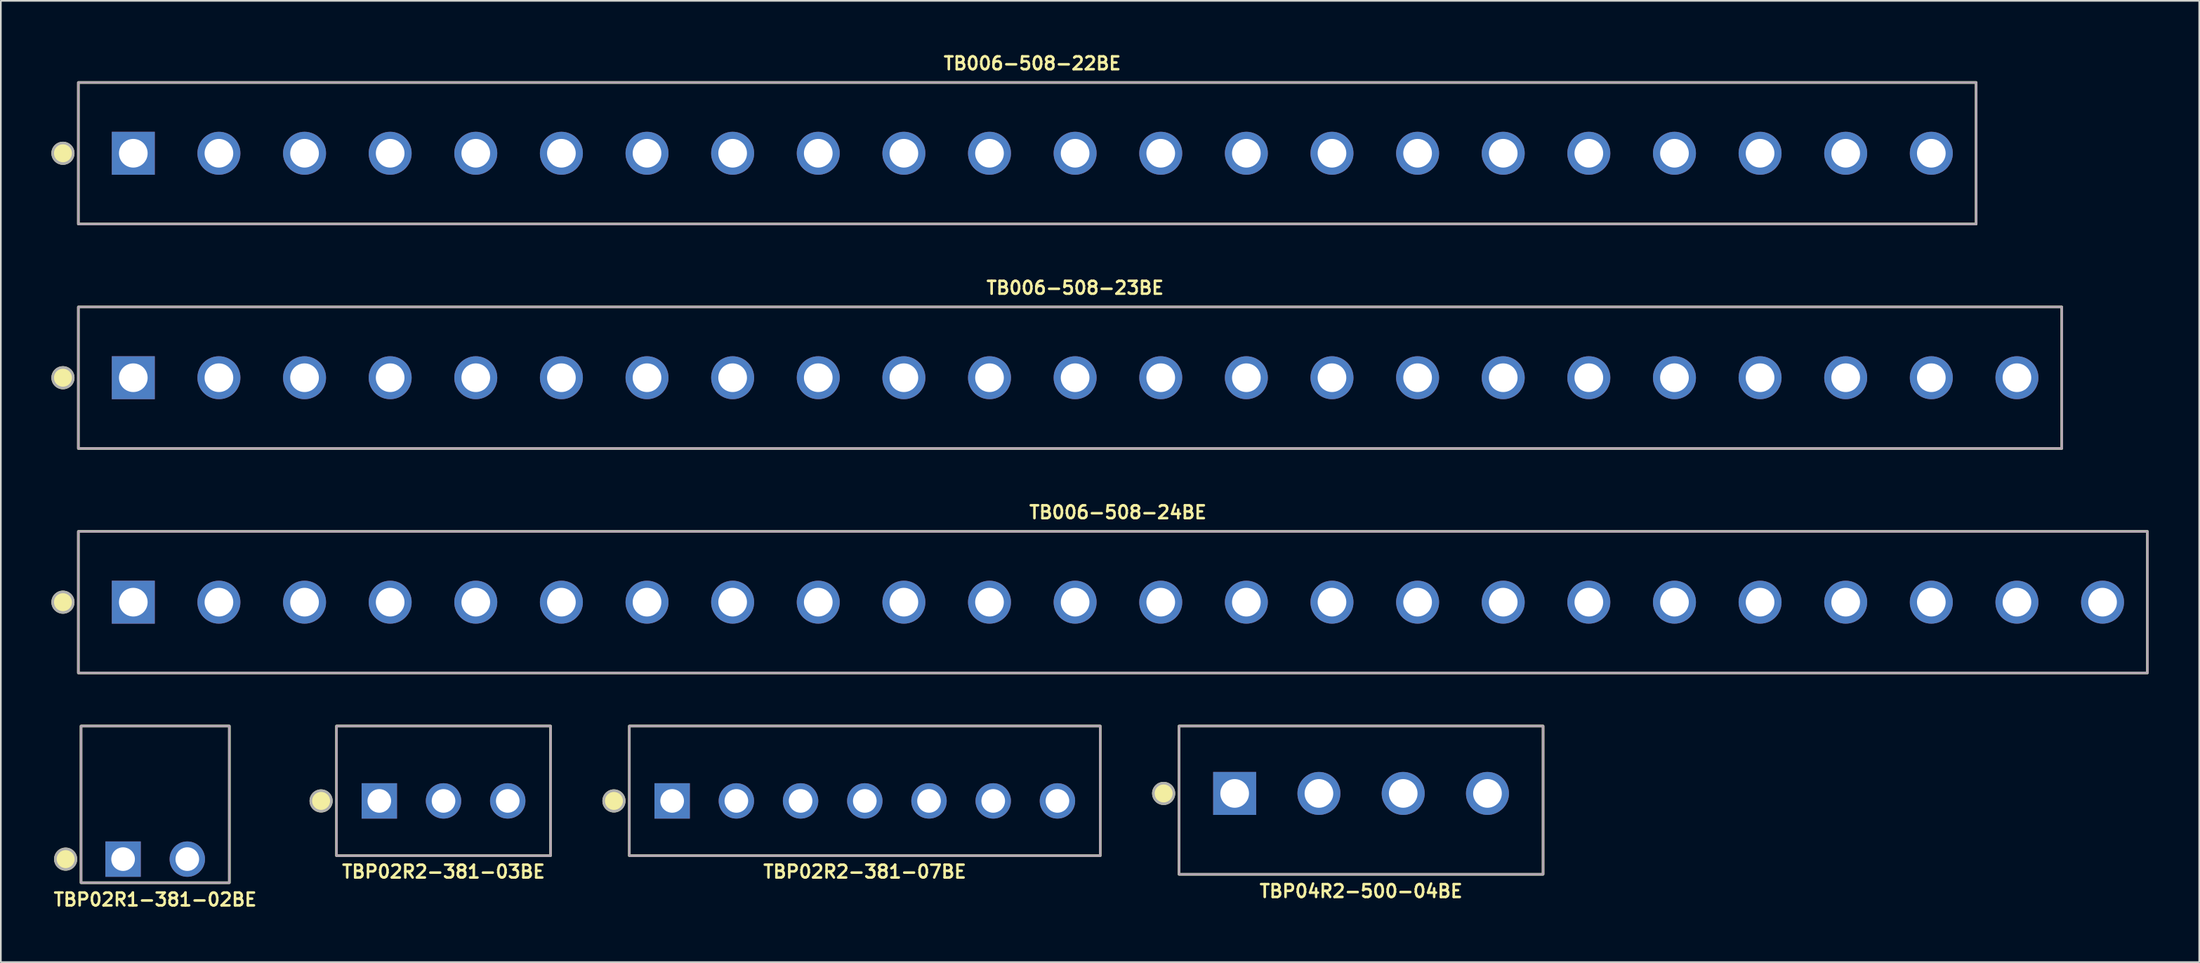
<source format=kicad_pcb>
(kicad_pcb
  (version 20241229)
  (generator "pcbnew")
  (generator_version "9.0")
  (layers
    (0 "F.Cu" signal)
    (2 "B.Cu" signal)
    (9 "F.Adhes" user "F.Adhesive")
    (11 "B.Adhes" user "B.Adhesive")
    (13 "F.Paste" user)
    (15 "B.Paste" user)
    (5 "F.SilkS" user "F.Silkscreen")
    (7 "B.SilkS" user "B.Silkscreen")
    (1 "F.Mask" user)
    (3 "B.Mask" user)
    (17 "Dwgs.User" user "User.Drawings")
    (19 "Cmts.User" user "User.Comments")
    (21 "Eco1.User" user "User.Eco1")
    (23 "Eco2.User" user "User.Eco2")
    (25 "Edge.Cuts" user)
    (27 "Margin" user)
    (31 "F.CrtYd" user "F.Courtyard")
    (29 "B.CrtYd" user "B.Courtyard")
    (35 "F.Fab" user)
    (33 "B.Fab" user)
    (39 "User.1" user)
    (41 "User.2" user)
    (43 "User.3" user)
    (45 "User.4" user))
  (footprint "TB006-508-23BE"
    (layer "F.Cu")
    (at 60.739 19.371)
    (property "Reference" "TB006-508-23BE" (at 0 -5.334 0) (layer "F.SilkS") (effects (font (size 0.762 0.762) (thickness 0.152))))
    (attr through_hole)
    (fp_rect (start -59.14 -4.2) (end 58.54 4.2) (stroke (width 0.152) (type default)) (fill no) (layer "F.SilkS"))
    (fp_circle (center -60.054 0) (end -59.445 0) (stroke (width 0.152) (type solid)) (fill yes) (layer "F.SilkS"))
    (fp_rect (start -59.14 -4.2) (end 58.54 4.2) (stroke (width 0.006) (type default)) (fill no) (layer "F.CrtYd"))
    (fp_rect (start -59.14 -4.2) (end 58.54 4.2) (stroke (width 0.152) (type default)) (fill no) (layer "F.Fab"))
    (fp_circle (center -60.054 0) (end -59.445 0) (stroke (width 0.152) (type solid)) (fill no) (layer "F.Fab"))
    (pad "1" thru_hole rect (at -55.88 0) (size 2.55 2.55) (drill 1.7) (layers "*.Cu" "*.Mask"))
    (pad "2" thru_hole circle (at -50.8 0) (size 2.55 2.55) (drill 1.7) (layers "*.Cu" "*.Mask"))
    (pad "3" thru_hole circle (at -45.72 0) (size 2.55 2.55) (drill 1.7) (layers "*.Cu" "*.Mask"))
    (pad "4" thru_hole circle (at -40.64 0) (size 2.55 2.55) (drill 1.7) (layers "*.Cu" "*.Mask"))
    (pad "5" thru_hole circle (at -35.56 0) (size 2.55 2.55) (drill 1.7) (layers "*.Cu" "*.Mask"))
    (pad "6" thru_hole circle (at -30.48 0) (size 2.55 2.55) (drill 1.7) (layers "*.Cu" "*.Mask"))
    (pad "7" thru_hole circle (at -25.4 0) (size 2.55 2.55) (drill 1.7) (layers "*.Cu" "*.Mask"))
    (pad "8" thru_hole circle (at -20.32 0) (size 2.55 2.55) (drill 1.7) (layers "*.Cu" "*.Mask"))
    (pad "9" thru_hole circle (at -15.24 0) (size 2.55 2.55) (drill 1.7) (layers "*.Cu" "*.Mask"))
    (pad "10" thru_hole circle (at -10.16 0) (size 2.55 2.55) (drill 1.7) (layers "*.Cu" "*.Mask"))
    (pad "11" thru_hole circle (at -5.08 0) (size 2.55 2.55) (drill 1.7) (layers "*.Cu" "*.Mask"))
    (pad "12" thru_hole circle (at 0 0) (size 2.55 2.55) (drill 1.7) (layers "*.Cu" "*.Mask"))
    (pad "13" thru_hole circle (at 5.08 0) (size 2.55 2.55) (drill 1.7) (layers "*.Cu" "*.Mask"))
    (pad "14" thru_hole circle (at 10.16 0) (size 2.55 2.55) (drill 1.7) (layers "*.Cu" "*.Mask"))
    (pad "15" thru_hole circle (at 15.24 0) (size 2.55 2.55) (drill 1.7) (layers "*.Cu" "*.Mask"))
    (pad "16" thru_hole circle (at 20.32 0) (size 2.55 2.55) (drill 1.7) (layers "*.Cu" "*.Mask"))
    (pad "17" thru_hole circle (at 25.4 0) (size 2.55 2.55) (drill 1.7) (layers "*.Cu" "*.Mask"))
    (pad "18" thru_hole circle (at 30.48 0) (size 2.55 2.55) (drill 1.7) (layers "*.Cu" "*.Mask"))
    (pad "19" thru_hole circle (at 35.56 0) (size 2.55 2.55) (drill 1.7) (layers "*.Cu" "*.Mask"))
    (pad "20" thru_hole circle (at 40.64 0) (size 2.55 2.55) (drill 1.7) (layers "*.Cu" "*.Mask"))
    (pad "21" thru_hole circle (at 45.72 0) (size 2.55 2.55) (drill 1.7) (layers "*.Cu" "*.Mask"))
    (pad "22" thru_hole circle (at 50.8 0) (size 2.55 2.55) (drill 1.7) (layers "*.Cu" "*.Mask"))
    (pad "23" thru_hole circle (at 55.88 0) (size 2.55 2.55) (drill 1.7) (layers "*.Cu" "*.Mask")))
  (footprint "TB006-508-22BE"
    (layer "F.Cu")
    (at 58.199 6.047)
    (property "Reference" "TB006-508-22BE" (at 0 -5.334 0) (layer "F.SilkS") (effects (font (size 0.762 0.762) (thickness 0.152))))
    (attr through_hole)
    (fp_rect (start -56.6 -4.2) (end 56 4.2) (stroke (width 0.152) (type default)) (fill no) (layer "F.SilkS"))
    (fp_circle (center -57.514 0) (end -56.905 0) (stroke (width 0.152) (type solid)) (fill yes) (layer "F.SilkS"))
    (fp_rect (start -56.6 -4.2) (end 56 4.2) (stroke (width 0.006) (type default)) (fill no) (layer "F.CrtYd"))
    (fp_rect (start -56.6 -4.2) (end 56 4.2) (stroke (width 0.152) (type default)) (fill no) (layer "F.Fab"))
    (fp_circle (center -57.514 0) (end -56.905 0) (stroke (width 0.152) (type solid)) (fill no) (layer "F.Fab"))
    (pad "1" thru_hole rect (at -53.34 0) (size 2.55 2.55) (drill 1.7) (layers "*.Cu" "*.Mask"))
    (pad "2" thru_hole circle (at -48.26 0) (size 2.55 2.55) (drill 1.7) (layers "*.Cu" "*.Mask"))
    (pad "3" thru_hole circle (at -43.18 0) (size 2.55 2.55) (drill 1.7) (layers "*.Cu" "*.Mask"))
    (pad "4" thru_hole circle (at -38.1 0) (size 2.55 2.55) (drill 1.7) (layers "*.Cu" "*.Mask"))
    (pad "5" thru_hole circle (at -33.02 0) (size 2.55 2.55) (drill 1.7) (layers "*.Cu" "*.Mask"))
    (pad "6" thru_hole circle (at -27.94 0) (size 2.55 2.55) (drill 1.7) (layers "*.Cu" "*.Mask"))
    (pad "7" thru_hole circle (at -22.86 0) (size 2.55 2.55) (drill 1.7) (layers "*.Cu" "*.Mask"))
    (pad "8" thru_hole circle (at -17.78 0) (size 2.55 2.55) (drill 1.7) (layers "*.Cu" "*.Mask"))
    (pad "9" thru_hole circle (at -12.7 0) (size 2.55 2.55) (drill 1.7) (layers "*.Cu" "*.Mask"))
    (pad "10" thru_hole circle (at -7.62 0) (size 2.55 2.55) (drill 1.7) (layers "*.Cu" "*.Mask"))
    (pad "11" thru_hole circle (at -2.54 0) (size 2.55 2.55) (drill 1.7) (layers "*.Cu" "*.Mask"))
    (pad "12" thru_hole circle (at 2.54 0) (size 2.55 2.55) (drill 1.7) (layers "*.Cu" "*.Mask"))
    (pad "13" thru_hole circle (at 7.62 0) (size 2.55 2.55) (drill 1.7) (layers "*.Cu" "*.Mask"))
    (pad "14" thru_hole circle (at 12.7 0) (size 2.55 2.55) (drill 1.7) (layers "*.Cu" "*.Mask"))
    (pad "15" thru_hole circle (at 17.78 0) (size 2.55 2.55) (drill 1.7) (layers "*.Cu" "*.Mask"))
    (pad "16" thru_hole circle (at 22.86 0) (size 2.55 2.55) (drill 1.7) (layers "*.Cu" "*.Mask"))
    (pad "17" thru_hole circle (at 27.94 0) (size 2.55 2.55) (drill 1.7) (layers "*.Cu" "*.Mask"))
    (pad "18" thru_hole circle (at 33.02 0) (size 2.55 2.55) (drill 1.7) (layers "*.Cu" "*.Mask"))
    (pad "19" thru_hole circle (at 38.1 0) (size 2.55 2.55) (drill 1.7) (layers "*.Cu" "*.Mask"))
    (pad "20" thru_hole circle (at 43.18 0) (size 2.55 2.55) (drill 1.7) (layers "*.Cu" "*.Mask"))
    (pad "21" thru_hole circle (at 48.26 0) (size 2.55 2.55) (drill 1.7) (layers "*.Cu" "*.Mask"))
    (pad "22" thru_hole circle (at 53.34 0) (size 2.55 2.55) (drill 1.7) (layers "*.Cu" "*.Mask")))
  (footprint "TB006-508-24BE"
    (layer "F.Cu")
    (at 63.279 32.694)
    (property "Reference" "TB006-508-24BE" (at 0 -5.334 0) (layer "F.SilkS") (effects (font (size 0.762 0.762) (thickness 0.152))))
    (attr through_hole)
    (fp_rect (start -61.68 -4.2) (end 61.08 4.2) (stroke (width 0.152) (type default)) (fill no) (layer "F.SilkS"))
    (fp_circle (center -62.594 0) (end -61.985 0) (stroke (width 0.152) (type solid)) (fill yes) (layer "F.SilkS"))
    (fp_rect (start -61.68 -4.2) (end 61.08 4.2) (stroke (width 0.006) (type default)) (fill no) (layer "F.CrtYd"))
    (fp_rect (start -61.68 -4.2) (end 61.08 4.2) (stroke (width 0.152) (type default)) (fill no) (layer "F.Fab"))
    (fp_circle (center -62.594 0) (end -61.985 0) (stroke (width 0.152) (type solid)) (fill no) (layer "F.Fab"))
    (pad "1" thru_hole rect (at -58.42 0) (size 2.55 2.55) (drill 1.7) (layers "*.Cu" "*.Mask"))
    (pad "2" thru_hole circle (at -53.34 0) (size 2.55 2.55) (drill 1.7) (layers "*.Cu" "*.Mask"))
    (pad "3" thru_hole circle (at -48.26 0) (size 2.55 2.55) (drill 1.7) (layers "*.Cu" "*.Mask"))
    (pad "4" thru_hole circle (at -43.18 0) (size 2.55 2.55) (drill 1.7) (layers "*.Cu" "*.Mask"))
    (pad "5" thru_hole circle (at -38.1 0) (size 2.55 2.55) (drill 1.7) (layers "*.Cu" "*.Mask"))
    (pad "6" thru_hole circle (at -33.02 0) (size 2.55 2.55) (drill 1.7) (layers "*.Cu" "*.Mask"))
    (pad "7" thru_hole circle (at -27.94 0) (size 2.55 2.55) (drill 1.7) (layers "*.Cu" "*.Mask"))
    (pad "8" thru_hole circle (at -22.86 0) (size 2.55 2.55) (drill 1.7) (layers "*.Cu" "*.Mask"))
    (pad "9" thru_hole circle (at -17.78 0) (size 2.55 2.55) (drill 1.7) (layers "*.Cu" "*.Mask"))
    (pad "10" thru_hole circle (at -12.7 0) (size 2.55 2.55) (drill 1.7) (layers "*.Cu" "*.Mask"))
    (pad "11" thru_hole circle (at -7.62 0) (size 2.55 2.55) (drill 1.7) (layers "*.Cu" "*.Mask"))
    (pad "12" thru_hole circle (at -2.54 0) (size 2.55 2.55) (drill 1.7) (layers "*.Cu" "*.Mask"))
    (pad "13" thru_hole circle (at 2.54 0) (size 2.55 2.55) (drill 1.7) (layers "*.Cu" "*.Mask"))
    (pad "14" thru_hole circle (at 7.62 0) (size 2.55 2.55) (drill 1.7) (layers "*.Cu" "*.Mask"))
    (pad "15" thru_hole circle (at 12.7 0) (size 2.55 2.55) (drill 1.7) (layers "*.Cu" "*.Mask"))
    (pad "16" thru_hole circle (at 17.78 0) (size 2.55 2.55) (drill 1.7) (layers "*.Cu" "*.Mask"))
    (pad "17" thru_hole circle (at 22.86 0) (size 2.55 2.55) (drill 1.7) (layers "*.Cu" "*.Mask"))
    (pad "18" thru_hole circle (at 27.94 0) (size 2.55 2.55) (drill 1.7) (layers "*.Cu" "*.Mask"))
    (pad "19" thru_hole circle (at 33.02 0) (size 2.55 2.55) (drill 1.7) (layers "*.Cu" "*.Mask"))
    (pad "20" thru_hole circle (at 38.1 0) (size 2.55 2.55) (drill 1.7) (layers "*.Cu" "*.Mask"))
    (pad "21" thru_hole circle (at 43.18 0) (size 2.55 2.55) (drill 1.7) (layers "*.Cu" "*.Mask"))
    (pad "22" thru_hole circle (at 48.26 0) (size 2.55 2.55) (drill 1.7) (layers "*.Cu" "*.Mask"))
    (pad "23" thru_hole circle (at 53.34 0) (size 2.55 2.55) (drill 1.7) (layers "*.Cu" "*.Mask"))
    (pad "24" thru_hole circle (at 58.42 0) (size 2.55 2.55) (drill 1.7) (layers "*.Cu" "*.Mask")))
  (footprint "TBP02R1-381-02BE"
    (layer "F.Cu")
    (at 6.158 47.946)
    (property "Reference" "TBP02R1-381-02BE" (at 0 2.4 0) (layer "F.SilkS") (effects (font (size 0.762 0.762) (thickness 0.152))))
    (attr through_hole)
    (fp_rect (start -4.4 1.4) (end 4.4 -7.9) (stroke (width 0.152) (type default)) (fill no) (layer "F.SilkS"))
    (fp_circle (center -5.314 0) (end -4.705 0) (stroke (width 0.152) (type solid)) (fill yes) (layer "F.SilkS"))
    (fp_rect (start -4.4 1.4) (end 4.4 -7.9) (stroke (width 0.006) (type default)) (fill no) (layer "F.CrtYd"))
    (fp_rect (start -4.4 1.4) (end 4.4 -7.9) (stroke (width 0.152) (type default)) (fill no) (layer "F.Fab"))
    (fp_circle (center -5.314 0) (end -4.705 0) (stroke (width 0.152) (type solid)) (fill no) (layer "F.Fab"))
    (pad "1" thru_hole rect (at -1.905 0) (size 2.1 2.1) (drill 1.4) (layers "*.Cu" "*.Mask"))
    (pad "2" thru_hole circle (at 1.905 0) (size 2.1 2.1) (drill 1.4) (layers "*.Cu" "*.Mask")))
  (footprint "TBP02R2-381-03BE"
    (layer "F.Cu")
    (at 23.265 44.491)
    (property "Reference" "TBP02R2-381-03BE" (at 0 4.2 0) (layer "F.SilkS") (effects (font (size 0.762 0.762) (thickness 0.152))))
    (attr through_hole)
    (fp_rect (start -6.35 -4.445) (end 6.35 3.251) (stroke (width 0.152) (type default)) (fill no) (layer "F.SilkS"))
    (fp_circle (center -7.264 0) (end -6.655 0) (stroke (width 0.152) (type solid)) (fill yes) (layer "F.SilkS"))
    (fp_rect (start -6.35 -4.445) (end 6.35 3.251) (stroke (width 0.006) (type default)) (fill no) (layer "F.CrtYd"))
    (fp_rect (start -6.35 -4.445) (end 6.35 3.251) (stroke (width 0.152) (type default)) (fill no) (layer "F.Fab"))
    (fp_circle (center -7.264 0) (end -6.655 0) (stroke (width 0.152) (type solid)) (fill no) (layer "F.Fab"))
    (pad "1" thru_hole rect (at -3.81 0) (size 2.1 2.1) (drill 1.4) (layers "*.Cu" "*.Mask"))
    (pad "2" thru_hole circle (at 0 0) (size 2.1 2.1) (drill 1.4) (layers "*.Cu" "*.Mask"))
    (pad "3" thru_hole circle (at 3.81 0) (size 2.1 2.1) (drill 1.4) (layers "*.Cu" "*.Mask")))
  (footprint "TBP02R2-381-07BE"
    (layer "F.Cu")
    (at 48.26 44.491)
    (property "Reference" "TBP02R2-381-07BE" (at 0 4.2 0) (layer "F.SilkS") (effects (font (size 0.762 0.762) (thickness 0.152))))
    (attr through_hole)
    (fp_rect (start -13.97 -4.445) (end 13.97 3.251) (stroke (width 0.152) (type default)) (fill no) (layer "F.SilkS"))
    (fp_circle (center -14.884 0) (end -14.275 0) (stroke (width 0.152) (type solid)) (fill yes) (layer "F.SilkS"))
    (fp_rect (start -13.97 -4.445) (end 13.97 3.251) (stroke (width 0.006) (type default)) (fill no) (layer "F.CrtYd"))
    (fp_rect (start -13.97 -4.445) (end 13.97 3.251) (stroke (width 0.152) (type default)) (fill no) (layer "F.Fab"))
    (fp_circle (center -14.884 0) (end -14.275 0) (stroke (width 0.152) (type solid)) (fill no) (layer "F.Fab"))
    (pad "1" thru_hole rect (at -11.43 0) (size 2.1 2.1) (drill 1.4) (layers "*.Cu" "*.Mask"))
    (pad "2" thru_hole circle (at -7.62 0) (size 2.1 2.1) (drill 1.4) (layers "*.Cu" "*.Mask"))
    (pad "3" thru_hole circle (at -3.81 0) (size 2.1 2.1) (drill 1.4) (layers "*.Cu" "*.Mask"))
    (pad "4" thru_hole circle (at 0 0) (size 2.1 2.1) (drill 1.4) (layers "*.Cu" "*.Mask"))
    (pad "5" thru_hole circle (at 3.81 0) (size 2.1 2.1) (drill 1.4) (layers "*.Cu" "*.Mask"))
    (pad "6" thru_hole circle (at 7.62 0) (size 2.1 2.1) (drill 1.4) (layers "*.Cu" "*.Mask"))
    (pad "7" thru_hole circle (at 11.43 0) (size 2.1 2.1) (drill 1.4) (layers "*.Cu" "*.Mask")))
  (footprint "TBP04R2-500-04BE"
    (layer "F.Cu")
    (at 77.705 44.046)
    (property "Reference" "TBP04R2-500-04BE" (at 0 5.8 0) (layer "F.SilkS") (effects (font (size 0.762 0.762) (thickness 0.152))))
    (attr through_hole)
    (fp_rect (start -10.8 -4) (end 10.8 4.8) (stroke (width 0.152) (type default)) (fill no) (layer "F.SilkS"))
    (fp_circle (center -11.714 0) (end -11.105 0) (stroke (width 0.152) (type solid)) (fill yes) (layer "F.SilkS"))
    (fp_rect (start -10.8 -4) (end 10.8 4.8) (stroke (width 0.006) (type default)) (fill no) (layer "F.CrtYd"))
    (fp_rect (start -10.8 -4) (end 10.8 4.8) (stroke (width 0.152) (type default)) (fill no) (layer "F.Fab"))
    (fp_circle (center -11.714 0) (end -11.105 0) (stroke (width 0.152) (type solid)) (fill no) (layer "F.Fab"))
    (pad "1" thru_hole rect (at -7.5 0) (size 2.55 2.55) (drill 1.7) (layers "*.Cu" "*.Mask"))
    (pad "2" thru_hole circle (at -2.5 0) (size 2.55 2.55) (drill 1.7) (layers "*.Cu" "*.Mask"))
    (pad "3" thru_hole circle (at 2.5 0) (size 2.55 2.55) (drill 1.7) (layers "*.Cu" "*.Mask"))
    (pad "4" thru_hole circle (at 7.5 0) (size 2.55 2.55) (drill 1.7) (layers "*.Cu" "*.Mask")))
  (gr_rect
    (start -3 -3)
    (end 127.435 54.06)
    (stroke (width 0.1) (type default))
    (fill no)
    (layer "Edge.Cuts")))
</source>
